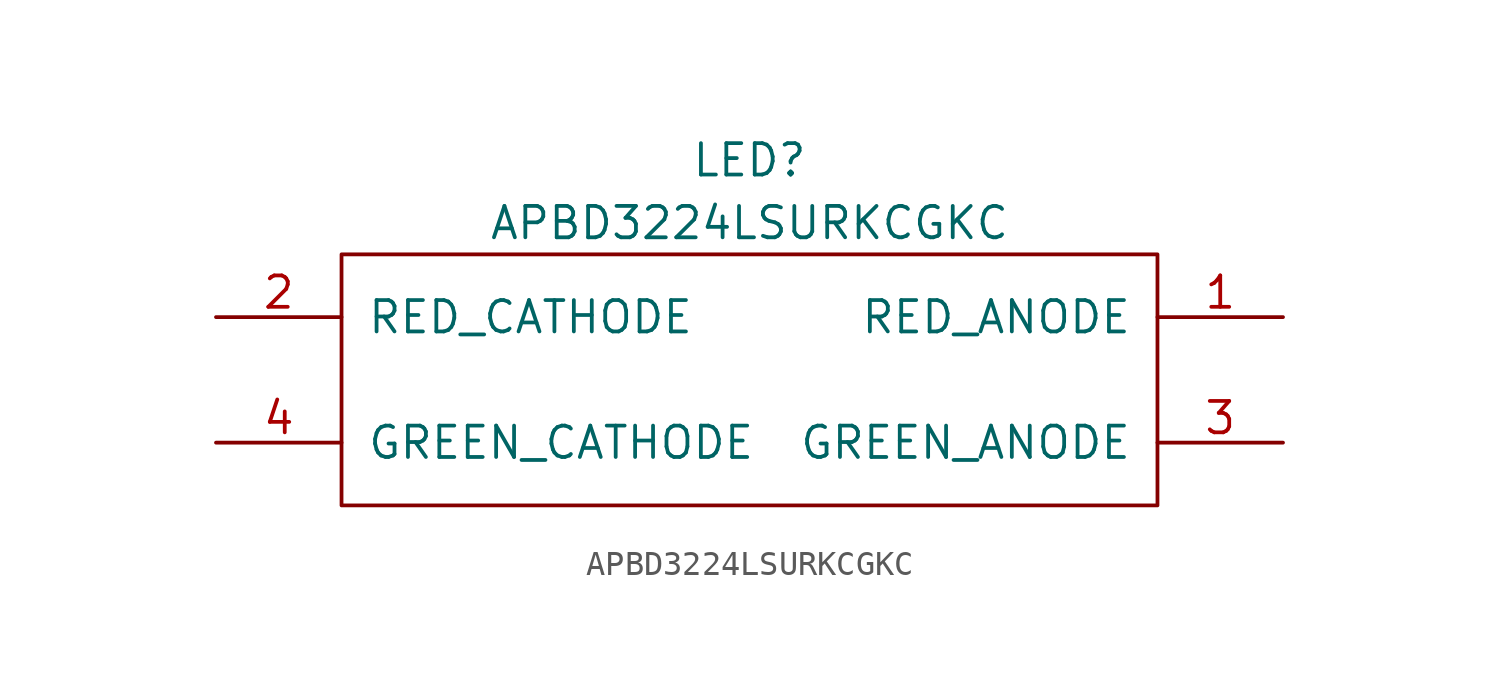
<source format=kicad_sym>
(kicad_symbol_lib
  (version 20211014)
  (generator kicad_symbol_editor)
  (symbol "APBD3224LSURKCGKC"
    (pin_names
      (offset 1.016))
    (property "Reference" "LED"
      (at 0 8.89 0)
      (effects (font (size 1.27 1.27))))
    (property "Value" "APBD3224LSURKCGKC"
      (at 0 6.35 0)
      (effects (font (size 1.27 1.27))))
    (symbol "APBD3224LSURKCGKC_0_0"
      (pin passive line (at 21.59 2.54 180) (length 5.08) (name "RED_ANODE" (effects (font (size 1.27 1.27)))) (number "1" (effects (font (size 1.27 1.27)))))
      (pin passive line (at -21.59 2.54 0) (length 5.08) (name "RED_CATHODE" (effects (font (size 1.27 1.27)))) (number "2" (effects (font (size 1.27 1.27)))))
      (pin passive line (at 21.59 -2.54 180) (length 5.08) (name "GREEN_ANODE" (effects (font (size 1.27 1.27)))) (number "3" (effects (font (size 1.27 1.27)))))
      (pin passive line (at -21.59 -2.54 0) (length 5.08) (name "GREEN_CATHODE" (effects (font (size 1.27 1.27)))) (number "4" (effects (font (size 1.27 1.27))))))
    (symbol "APBD3224LSURKCGKC_0_1"
      (rectangle (start -16.51 5.08) (end 16.51 -5.08) (stroke (width 0) (type default) (color 0 0 0 0)) (fill (type none))))))
</source>
